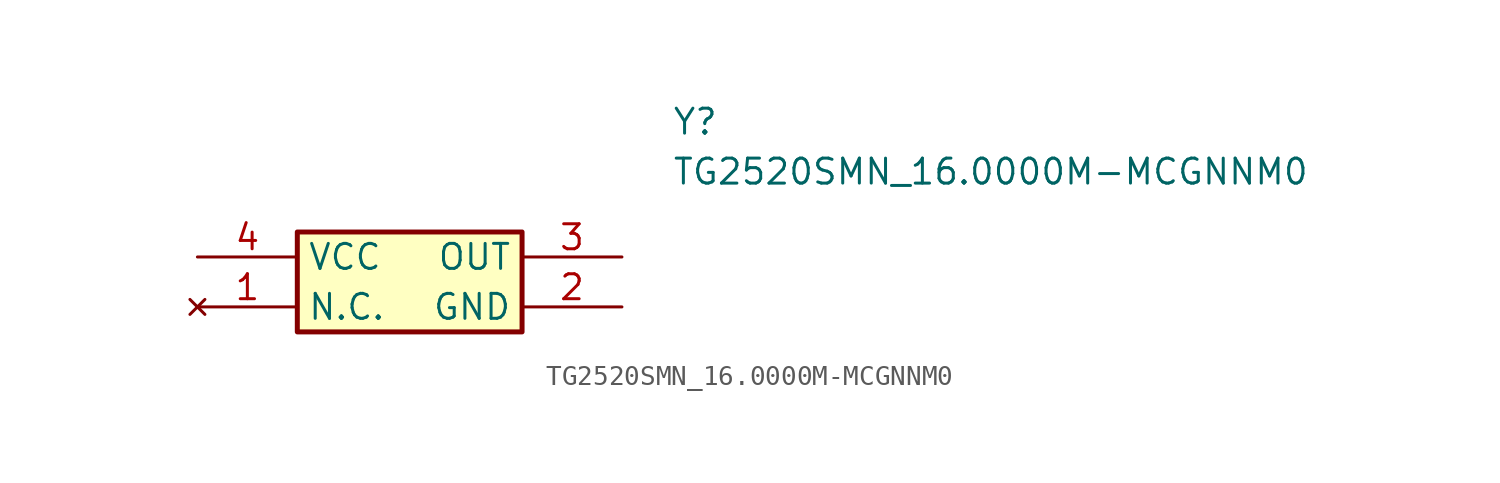
<source format=kicad_sym>
(kicad_symbol_lib
  (version 20231120)
  (generator "kicad_symbol_editor")
  (generator_version "8.0")
  (symbol "TG2520SMN_16.0000M-MCGNNM0"
    (property "Reference" "Y"
      (at 24.13 7.62 0)
      (effects (font (size 1.27 1.27)) (justify left top)))
    (property "Value" "TG2520SMN_16.0000M-MCGNNM0"
      (at 24.13 5.08 0)
      (effects (font (size 1.27 1.27)) (justify left top)))
    (symbol "TG2520SMN_16.0000M-MCGNNM0_1_1"
      (rectangle (start 5.08 1.27) (end 16.51 -3.81) (stroke (width 0.254) (type default)) (fill (type background)))
      (pin no_connect line (at 0 -2.54 0) (length 5.08) (name "N.C." (effects (font (size 1.27 1.27)))) (number "1" (effects (font (size 1.27 1.27)))))
      (pin passive line (at 21.59 -2.54 180) (length 5.08) (name "GND" (effects (font (size 1.27 1.27)))) (number "2" (effects (font (size 1.27 1.27)))))
      (pin passive line (at 21.59 0 180) (length 5.08) (name "OUT" (effects (font (size 1.27 1.27)))) (number "3" (effects (font (size 1.27 1.27)))))
      (pin passive line (at 0 0 0) (length 5.08) (name "VCC" (effects (font (size 1.27 1.27)))) (number "4" (effects (font (size 1.27 1.27))))))))
</source>
